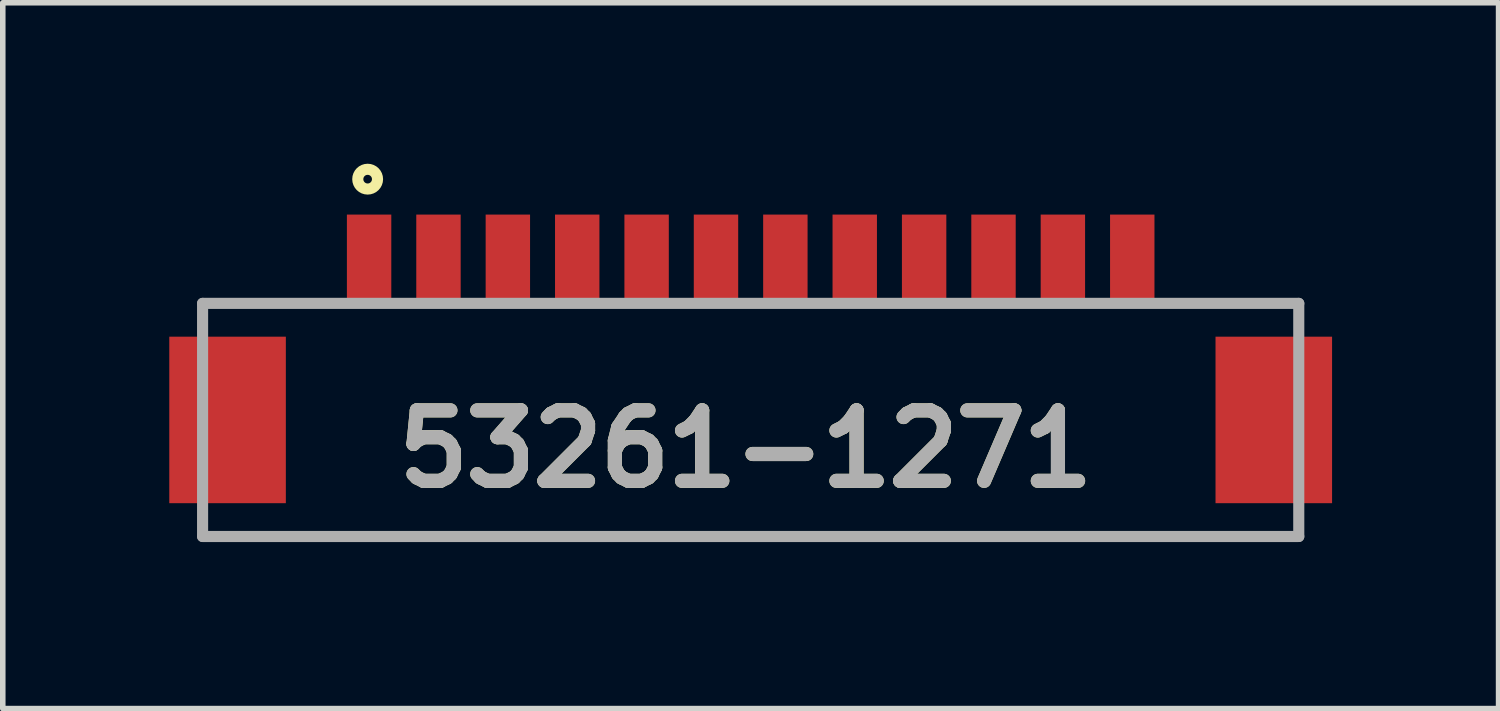
<source format=kicad_pcb>
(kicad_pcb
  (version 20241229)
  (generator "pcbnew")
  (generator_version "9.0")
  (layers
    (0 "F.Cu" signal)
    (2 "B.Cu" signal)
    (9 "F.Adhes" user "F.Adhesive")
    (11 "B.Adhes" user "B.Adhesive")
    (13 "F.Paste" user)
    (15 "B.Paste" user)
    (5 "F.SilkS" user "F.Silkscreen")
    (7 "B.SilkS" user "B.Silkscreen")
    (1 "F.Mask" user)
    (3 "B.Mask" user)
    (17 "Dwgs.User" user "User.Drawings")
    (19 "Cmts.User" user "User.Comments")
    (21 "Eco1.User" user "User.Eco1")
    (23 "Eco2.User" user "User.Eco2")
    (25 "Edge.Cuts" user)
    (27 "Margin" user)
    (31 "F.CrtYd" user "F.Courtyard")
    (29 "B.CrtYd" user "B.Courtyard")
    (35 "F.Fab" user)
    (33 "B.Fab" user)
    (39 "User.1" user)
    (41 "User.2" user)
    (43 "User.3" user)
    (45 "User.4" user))
  (footprint "53261-1271"
    (layer "F.Cu")
    (at 10.475 2.416)
    (property "Reference" "53261-1271" (at -0.088 2.623 0) (layer "F.SilkS") (effects (font (size 1.27 1.27) (thickness 0.254))))
    (attr smd)
    (fp_circle (center -6.901 -2.238) (end -6.901 -2.16) (stroke (width 0.2) (type solid)) (fill no) (layer "F.SilkS"))
    (fp_line (start -9.875 0) (end 9.875 0) (stroke (width 0.2) (type solid)) (layer "F.Fab"))
    (fp_line (start -9.875 4.2) (end -9.875 0) (stroke (width 0.2) (type solid)) (layer "F.Fab"))
    (fp_line (start 9.875 0) (end 9.875 4.2) (stroke (width 0.2) (type solid)) (layer "F.Fab"))
    (fp_line (start 9.875 4.2) (end -9.875 4.2) (stroke (width 0.2) (type solid)) (layer "F.Fab"))
    (fp_text user "${REFERENCE}" (at -0.088 2.623 0) (layer "F.Fab") (effects (font (size 1.27 1.27) (thickness 0.254))))
    (pad "1" smd rect (at -6.875 -0.8) (size 0.8 1.6) (layers "F.Cu" "F.Mask" "F.Paste"))
    (pad "2" smd rect (at -5.625 -0.8) (size 0.8 1.6) (layers "F.Cu" "F.Mask" "F.Paste"))
    (pad "3" smd rect (at -4.375 -0.8) (size 0.8 1.6) (layers "F.Cu" "F.Mask" "F.Paste"))
    (pad "4" smd rect (at -3.125 -0.8) (size 0.8 1.6) (layers "F.Cu" "F.Mask" "F.Paste"))
    (pad "5" smd rect (at -1.875 -0.8) (size 0.8 1.6) (layers "F.Cu" "F.Mask" "F.Paste"))
    (pad "6" smd rect (at -0.625 -0.8) (size 0.8 1.6) (layers "F.Cu" "F.Mask" "F.Paste"))
    (pad "7" smd rect (at 0.625 -0.8) (size 0.8 1.6) (layers "F.Cu" "F.Mask" "F.Paste"))
    (pad "8" smd rect (at 1.875 -0.8) (size 0.8 1.6) (layers "F.Cu" "F.Mask" "F.Paste"))
    (pad "9" smd rect (at 3.125 -0.8) (size 0.8 1.6) (layers "F.Cu" "F.Mask" "F.Paste"))
    (pad "10" smd rect (at 4.375 -0.8) (size 0.8 1.6) (layers "F.Cu" "F.Mask" "F.Paste"))
    (pad "11" smd rect (at 5.625 -0.8) (size 0.8 1.6) (layers "F.Cu" "F.Mask" "F.Paste"))
    (pad "12" smd rect (at 6.875 -0.8) (size 0.8 1.6) (layers "F.Cu" "F.Mask" "F.Paste"))
    (pad "13" smd rect (at -9.425 2.1) (size 2.1 3) (layers "F.Cu" "F.Mask" "F.Paste"))
    (pad "14" smd rect (at 9.425 2.1) (size 2.1 3) (layers "F.Cu" "F.Mask" "F.Paste")))
  (gr_rect
    (start -3 -3)
    (end 23.95 9.716)
    (stroke (width 0.1) (type default))
    (fill no)
    (layer "Edge.Cuts")))
</source>
